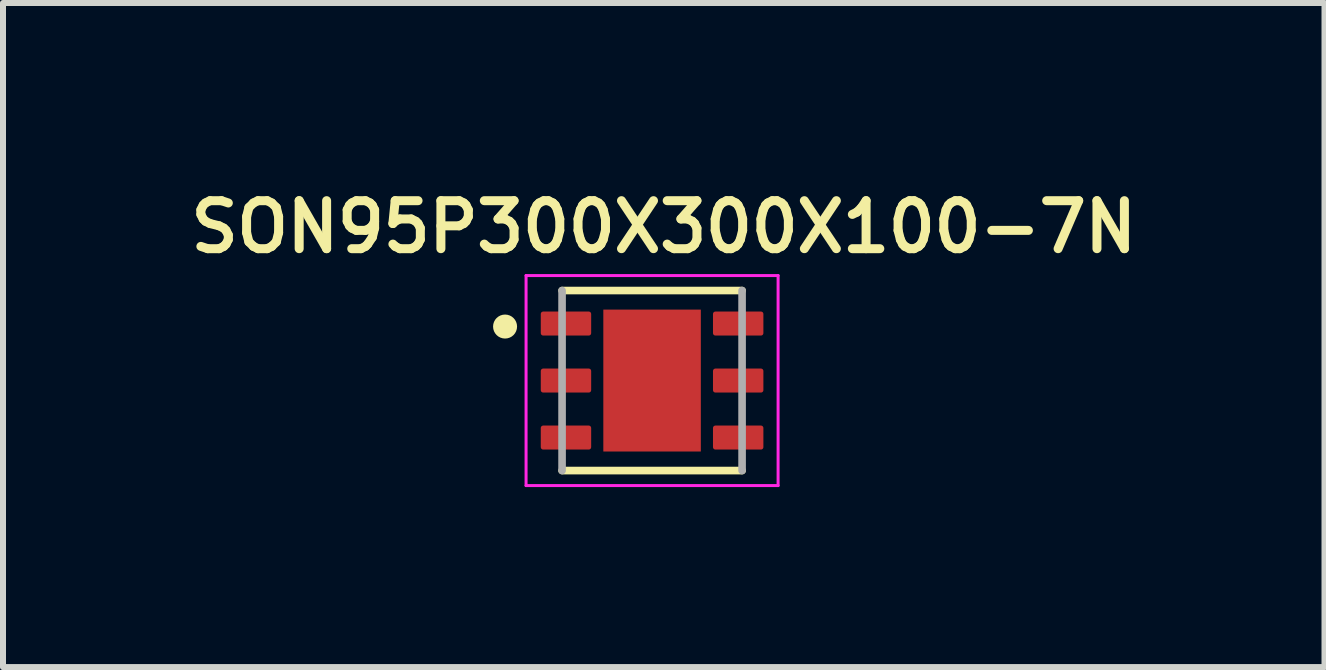
<source format=kicad_pcb>
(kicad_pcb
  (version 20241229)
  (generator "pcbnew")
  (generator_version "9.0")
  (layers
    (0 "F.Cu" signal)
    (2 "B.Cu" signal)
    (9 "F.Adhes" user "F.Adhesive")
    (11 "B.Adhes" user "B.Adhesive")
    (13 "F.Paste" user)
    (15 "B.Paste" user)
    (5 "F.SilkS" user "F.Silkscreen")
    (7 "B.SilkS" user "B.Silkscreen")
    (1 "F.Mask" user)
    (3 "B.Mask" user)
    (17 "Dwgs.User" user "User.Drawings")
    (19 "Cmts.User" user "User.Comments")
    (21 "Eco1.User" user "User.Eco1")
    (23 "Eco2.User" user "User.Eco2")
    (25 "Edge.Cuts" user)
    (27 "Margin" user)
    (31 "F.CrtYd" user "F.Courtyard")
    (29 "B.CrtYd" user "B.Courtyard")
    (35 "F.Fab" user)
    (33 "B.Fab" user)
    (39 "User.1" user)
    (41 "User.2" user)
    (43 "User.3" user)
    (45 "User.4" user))
  (footprint "SON95P300X300X100-7N"
    (layer "F.Cu")
    (at 7.817 3.292)
    (property "Reference" "SON95P300X300X100-7N" (at 0.195 -2.56 0) (layer "F.SilkS") (effects (font (size 0.8 0.8) (thickness 0.15))))
    (attr smd)
    (fp_line (start -1.5 -1.5) (end 1.5 -1.5) (stroke (width 0.127) (type solid)) (layer "F.SilkS"))
    (fp_line (start 1.5 1.5) (end -1.5 1.5) (stroke (width 0.127) (type solid)) (layer "F.SilkS"))
    (fp_circle (center -2.45 -0.9) (end -2.35 -0.9) (stroke (width 0.2) (type solid)) (fill no) (layer "F.SilkS"))
    (fp_poly (pts (xy -0.57 -0.83) (xy 0.57 -0.83) (xy 0.57 0.83) (xy -0.57 0.83)) (stroke (width 0.01) (type solid)) (fill yes) (layer "F.Paste"))
    (fp_line (start -2.1 -1.75) (end 2.1 -1.75) (stroke (width 0.05) (type solid)) (layer "F.CrtYd"))
    (fp_line (start -2.1 1.75) (end -2.1 -1.75) (stroke (width 0.05) (type solid)) (layer "F.CrtYd"))
    (fp_line (start 2.1 -1.75) (end 2.1 1.75) (stroke (width 0.05) (type solid)) (layer "F.CrtYd"))
    (fp_line (start 2.1 1.75) (end -2.1 1.75) (stroke (width 0.05) (type solid)) (layer "F.CrtYd"))
    (fp_line (start -1.5 1.5) (end -1.5 -1.5) (stroke (width 0.127) (type solid)) (layer "F.Fab"))
    (fp_line (start 1.5 -1.5) (end 1.5 1.5) (stroke (width 0.127) (type solid)) (layer "F.Fab"))
    (pad "1" smd roundrect (at -1.435 -0.95) (size 0.84 0.4) (layers "F.Cu" "F.Mask" "F.Paste") (roundrect_rratio 0.1))
    (pad "2" smd roundrect (at -1.435 0) (size 0.84 0.4) (layers "F.Cu" "F.Mask" "F.Paste") (roundrect_rratio 0.1))
    (pad "3" smd roundrect (at -1.435 0.95) (size 0.84 0.4) (layers "F.Cu" "F.Mask" "F.Paste") (roundrect_rratio 0.1))
    (pad "4" smd roundrect (at 1.435 0.95 180) (size 0.84 0.4) (layers "F.Cu" "F.Mask" "F.Paste") (roundrect_rratio 0.1))
    (pad "5" smd roundrect (at 1.435 0 180) (size 0.84 0.4) (layers "F.Cu" "F.Mask" "F.Paste") (roundrect_rratio 0.1))
    (pad "6" smd roundrect (at 1.435 -0.95 180) (size 0.84 0.4) (layers "F.Cu" "F.Mask" "F.Paste") (roundrect_rratio 0.1))
    (pad "7" smd rect (at 0 0 180) (size 1.625 2.365) (layers "F.Cu" "F.Mask")))
  (gr_rect
    (start -3 -3)
    (end 19.023 8.067)
    (stroke (width 0.1) (type default))
    (fill no)
    (layer "Edge.Cuts")))
</source>
